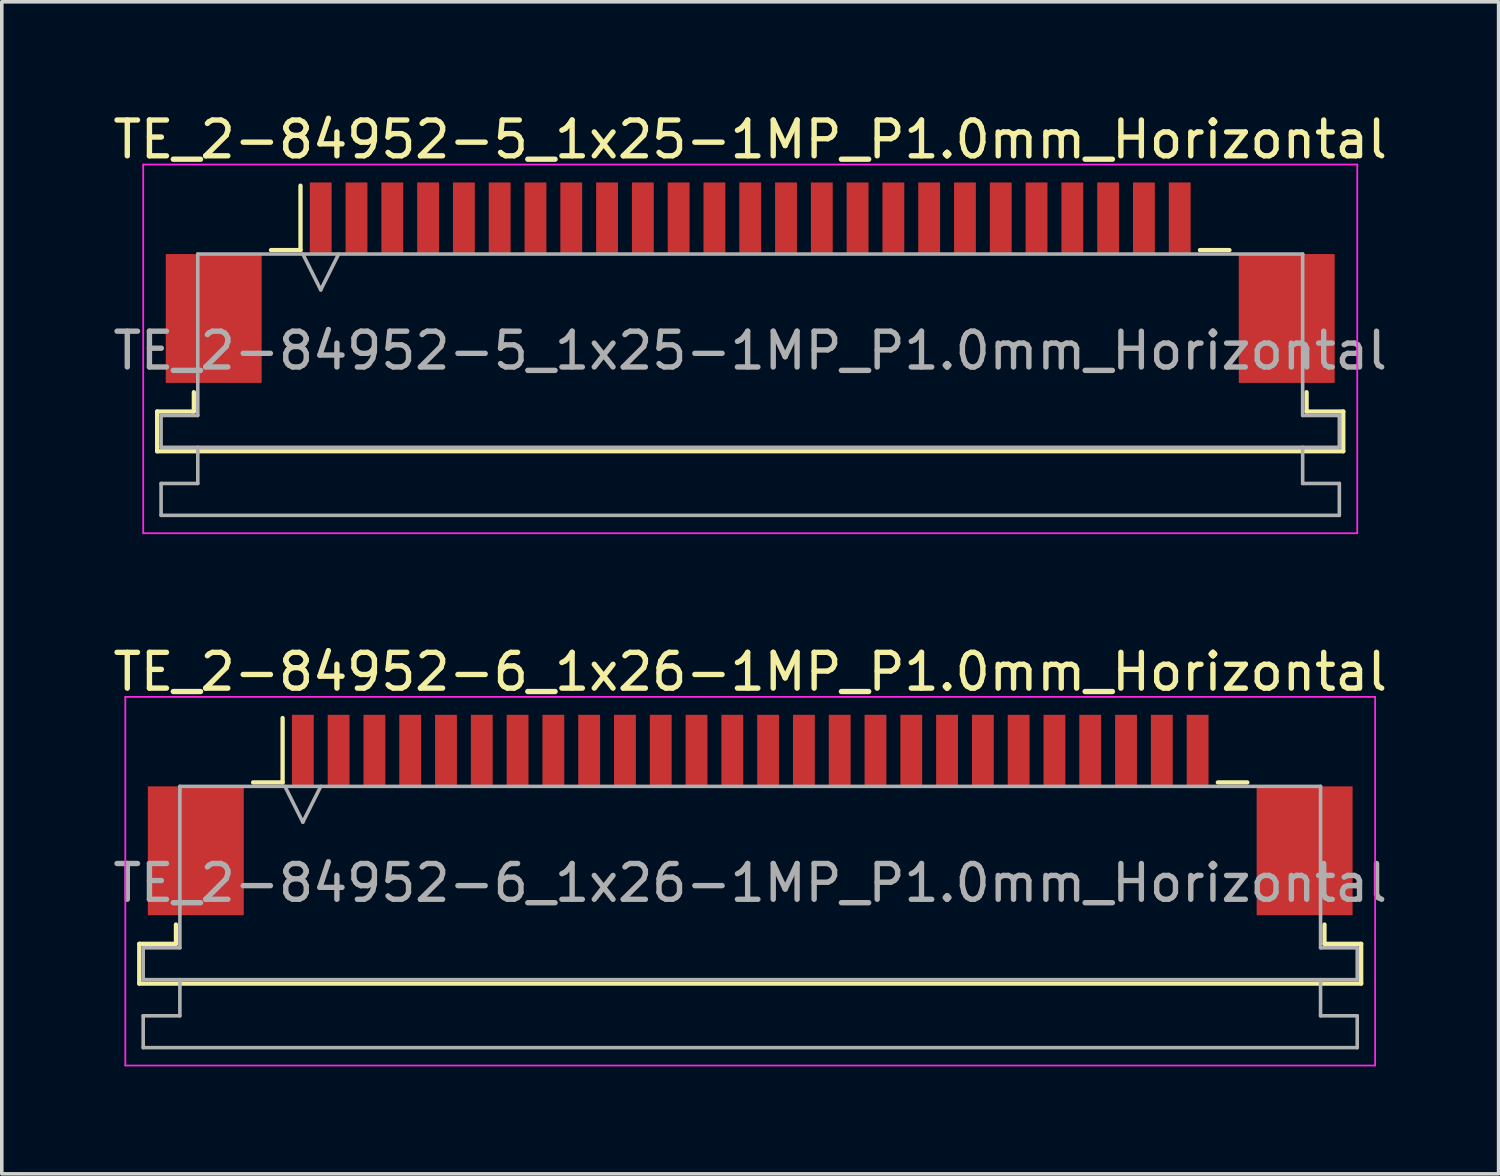
<source format=kicad_pcb>
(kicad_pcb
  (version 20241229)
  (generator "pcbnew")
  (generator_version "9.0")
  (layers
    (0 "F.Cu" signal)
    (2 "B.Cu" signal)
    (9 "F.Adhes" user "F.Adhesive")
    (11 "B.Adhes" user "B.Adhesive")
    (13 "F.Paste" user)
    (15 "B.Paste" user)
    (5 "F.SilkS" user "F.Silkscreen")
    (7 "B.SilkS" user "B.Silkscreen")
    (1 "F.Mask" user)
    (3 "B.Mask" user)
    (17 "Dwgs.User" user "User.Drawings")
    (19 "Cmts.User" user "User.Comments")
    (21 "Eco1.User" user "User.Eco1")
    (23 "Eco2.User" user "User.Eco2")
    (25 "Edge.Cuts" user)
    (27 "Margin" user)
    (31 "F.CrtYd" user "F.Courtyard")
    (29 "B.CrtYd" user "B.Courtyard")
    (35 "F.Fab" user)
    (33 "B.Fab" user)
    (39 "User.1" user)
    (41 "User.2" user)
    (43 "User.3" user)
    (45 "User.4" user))
  (footprint "TE_2-84952-5_1x25-1MP_P1.0mm_Horizontal"
    (layer "F.Cu")
    (at 17.911 4.848)
    (property "Reference" "TE_2-84952-5_1x25-1MP_P1.0mm_Horizontal" (at 0 -4 0) (layer "F.SilkS") (effects (font (size 1 1) (thickness 0.15))))
    (attr smd)
    (fp_line (start -16.57 3.6) (end -15.545 3.6) (stroke (width 0.12) (type solid)) (layer "F.SilkS"))
    (fp_line (start -16.57 4.71) (end -16.57 3.6) (stroke (width 0.12) (type solid)) (layer "F.SilkS"))
    (fp_line (start -15.545 3.6) (end -15.545 3.06) (stroke (width 0.12) (type solid)) (layer "F.SilkS"))
    (fp_line (start -13.39 -0.91) (end -12.565 -0.91) (stroke (width 0.12) (type solid)) (layer "F.SilkS"))
    (fp_line (start -12.565 -0.91) (end -12.565 -2.71) (stroke (width 0.12) (type solid)) (layer "F.SilkS"))
    (fp_line (start 12.565 -0.91) (end 13.39 -0.91) (stroke (width 0.12) (type solid)) (layer "F.SilkS"))
    (fp_line (start 15.545 3.06) (end 15.545 3.6) (stroke (width 0.12) (type solid)) (layer "F.SilkS"))
    (fp_line (start 15.545 3.6) (end 16.57 3.6) (stroke (width 0.12) (type solid)) (layer "F.SilkS"))
    (fp_line (start 16.57 3.6) (end 16.57 4.71) (stroke (width 0.12) (type solid)) (layer "F.SilkS"))
    (fp_line (start 16.57 4.71) (end -16.57 4.71) (stroke (width 0.12) (type solid)) (layer "F.SilkS"))
    (fp_line (start -16.96 -3.3) (end -16.96 7) (stroke (width 0.05) (type solid)) (layer "F.CrtYd"))
    (fp_line (start -16.96 7) (end 16.96 7) (stroke (width 0.05) (type solid)) (layer "F.CrtYd"))
    (fp_line (start 16.96 -3.3) (end -16.96 -3.3) (stroke (width 0.05) (type solid)) (layer "F.CrtYd"))
    (fp_line (start 16.96 7) (end 16.96 -3.3) (stroke (width 0.05) (type solid)) (layer "F.CrtYd"))
    (fp_line (start -16.46 3.71) (end -15.435 3.71) (stroke (width 0.1) (type solid)) (layer "F.Fab"))
    (fp_line (start -16.46 4.6) (end -16.46 3.71) (stroke (width 0.1) (type solid)) (layer "F.Fab"))
    (fp_line (start -16.46 5.61) (end -15.435 5.61) (stroke (width 0.1) (type solid)) (layer "F.Fab"))
    (fp_line (start -16.46 6.5) (end -16.46 5.61) (stroke (width 0.1) (type solid)) (layer "F.Fab"))
    (fp_line (start -15.435 -0.8) (end 15.435 -0.8) (stroke (width 0.1) (type solid)) (layer "F.Fab"))
    (fp_line (start -15.435 3.71) (end -15.435 -0.8) (stroke (width 0.1) (type solid)) (layer "F.Fab"))
    (fp_line (start -15.435 5.61) (end -15.435 4.6) (stroke (width 0.1) (type solid)) (layer "F.Fab"))
    (fp_line (start -12.5 -0.8) (end -12 0.2) (stroke (width 0.1) (type solid)) (layer "F.Fab"))
    (fp_line (start -12 0.2) (end -11.5 -0.8) (stroke (width 0.1) (type solid)) (layer "F.Fab"))
    (fp_line (start 15.435 -0.8) (end 15.435 3.71) (stroke (width 0.1) (type solid)) (layer "F.Fab"))
    (fp_line (start 15.435 3.71) (end 16.46 3.71) (stroke (width 0.1) (type solid)) (layer "F.Fab"))
    (fp_line (start 15.435 4.6) (end 15.435 5.61) (stroke (width 0.1) (type solid)) (layer "F.Fab"))
    (fp_line (start 15.435 5.61) (end 16.46 5.61) (stroke (width 0.1) (type solid)) (layer "F.Fab"))
    (fp_line (start 16.46 3.71) (end 16.46 4.6) (stroke (width 0.1) (type solid)) (layer "F.Fab"))
    (fp_line (start 16.46 4.6) (end -16.46 4.6) (stroke (width 0.1) (type solid)) (layer "F.Fab"))
    (fp_line (start 16.46 5.61) (end 16.46 6.5) (stroke (width 0.1) (type solid)) (layer "F.Fab"))
    (fp_line (start 16.46 6.5) (end -16.46 6.5) (stroke (width 0.1) (type solid)) (layer "F.Fab"))
    (fp_text user "${REFERENCE}" (at 0 1.9 0) (layer "F.Fab") (effects (font (size 1 1) (thickness 0.15))))
    (pad "1" smd rect (at -12 -1.8) (size 0.61 2) (layers "F.Cu" "F.Mask" "F.Paste"))
    (pad "2" smd rect (at -11 -1.8) (size 0.61 2) (layers "F.Cu" "F.Mask" "F.Paste"))
    (pad "3" smd rect (at -10 -1.8) (size 0.61 2) (layers "F.Cu" "F.Mask" "F.Paste"))
    (pad "4" smd rect (at -9 -1.8) (size 0.61 2) (layers "F.Cu" "F.Mask" "F.Paste"))
    (pad "5" smd rect (at -8 -1.8) (size 0.61 2) (layers "F.Cu" "F.Mask" "F.Paste"))
    (pad "6" smd rect (at -7 -1.8) (size 0.61 2) (layers "F.Cu" "F.Mask" "F.Paste"))
    (pad "7" smd rect (at -6 -1.8) (size 0.61 2) (layers "F.Cu" "F.Mask" "F.Paste"))
    (pad "8" smd rect (at -5 -1.8) (size 0.61 2) (layers "F.Cu" "F.Mask" "F.Paste"))
    (pad "9" smd rect (at -4 -1.8) (size 0.61 2) (layers "F.Cu" "F.Mask" "F.Paste"))
    (pad "10" smd rect (at -3 -1.8) (size 0.61 2) (layers "F.Cu" "F.Mask" "F.Paste"))
    (pad "11" smd rect (at -2 -1.8) (size 0.61 2) (layers "F.Cu" "F.Mask" "F.Paste"))
    (pad "12" smd rect (at -1 -1.8) (size 0.61 2) (layers "F.Cu" "F.Mask" "F.Paste"))
    (pad "13" smd rect (at 0 -1.8) (size 0.61 2) (layers "F.Cu" "F.Mask" "F.Paste"))
    (pad "14" smd rect (at 1 -1.8) (size 0.61 2) (layers "F.Cu" "F.Mask" "F.Paste"))
    (pad "15" smd rect (at 2 -1.8) (size 0.61 2) (layers "F.Cu" "F.Mask" "F.Paste"))
    (pad "16" smd rect (at 3 -1.8) (size 0.61 2) (layers "F.Cu" "F.Mask" "F.Paste"))
    (pad "17" smd rect (at 4 -1.8) (size 0.61 2) (layers "F.Cu" "F.Mask" "F.Paste"))
    (pad "18" smd rect (at 5 -1.8) (size 0.61 2) (layers "F.Cu" "F.Mask" "F.Paste"))
    (pad "19" smd rect (at 6 -1.8) (size 0.61 2) (layers "F.Cu" "F.Mask" "F.Paste"))
    (pad "20" smd rect (at 7 -1.8) (size 0.61 2) (layers "F.Cu" "F.Mask" "F.Paste"))
    (pad "21" smd rect (at 8 -1.8) (size 0.61 2) (layers "F.Cu" "F.Mask" "F.Paste"))
    (pad "22" smd rect (at 9 -1.8) (size 0.61 2) (layers "F.Cu" "F.Mask" "F.Paste"))
    (pad "23" smd rect (at 10 -1.8) (size 0.61 2) (layers "F.Cu" "F.Mask" "F.Paste"))
    (pad "24" smd rect (at 11 -1.8) (size 0.61 2) (layers "F.Cu" "F.Mask" "F.Paste"))
    (pad "25" smd rect (at 12 -1.8) (size 0.61 2) (layers "F.Cu" "F.Mask" "F.Paste"))
    (pad "MP" smd rect (at -14.99 1) (size 2.68 3.6) (layers "F.Cu" "F.Mask" "F.Paste"))
    (pad "MP" smd rect (at 14.99 1) (size 2.68 3.6) (layers "F.Cu" "F.Mask" "F.Paste")))
  (footprint "TE_2-84952-6_1x26-1MP_P1.0mm_Horizontal"
    (layer "F.Cu")
    (at 17.911 19.721)
    (property "Reference" "TE_2-84952-6_1x26-1MP_P1.0mm_Horizontal" (at 0 -4 0) (layer "F.SilkS") (effects (font (size 1 1) (thickness 0.15))))
    (attr smd)
    (fp_line (start -17.07 3.6) (end -16.045 3.6) (stroke (width 0.12) (type solid)) (layer "F.SilkS"))
    (fp_line (start -17.07 4.71) (end -17.07 3.6) (stroke (width 0.12) (type solid)) (layer "F.SilkS"))
    (fp_line (start -16.045 3.6) (end -16.045 3.06) (stroke (width 0.12) (type solid)) (layer "F.SilkS"))
    (fp_line (start -13.89 -0.91) (end -13.065 -0.91) (stroke (width 0.12) (type solid)) (layer "F.SilkS"))
    (fp_line (start -13.065 -0.91) (end -13.065 -2.71) (stroke (width 0.12) (type solid)) (layer "F.SilkS"))
    (fp_line (start 13.065 -0.91) (end 13.89 -0.91) (stroke (width 0.12) (type solid)) (layer "F.SilkS"))
    (fp_line (start 16.045 3.06) (end 16.045 3.6) (stroke (width 0.12) (type solid)) (layer "F.SilkS"))
    (fp_line (start 16.045 3.6) (end 17.07 3.6) (stroke (width 0.12) (type solid)) (layer "F.SilkS"))
    (fp_line (start 17.07 3.6) (end 17.07 4.71) (stroke (width 0.12) (type solid)) (layer "F.SilkS"))
    (fp_line (start 17.07 4.71) (end -17.07 4.71) (stroke (width 0.12) (type solid)) (layer "F.SilkS"))
    (fp_line (start -17.46 -3.3) (end -17.46 7) (stroke (width 0.05) (type solid)) (layer "F.CrtYd"))
    (fp_line (start -17.46 7) (end 17.46 7) (stroke (width 0.05) (type solid)) (layer "F.CrtYd"))
    (fp_line (start 17.46 -3.3) (end -17.46 -3.3) (stroke (width 0.05) (type solid)) (layer "F.CrtYd"))
    (fp_line (start 17.46 7) (end 17.46 -3.3) (stroke (width 0.05) (type solid)) (layer "F.CrtYd"))
    (fp_line (start -16.96 3.71) (end -15.935 3.71) (stroke (width 0.1) (type solid)) (layer "F.Fab"))
    (fp_line (start -16.96 4.6) (end -16.96 3.71) (stroke (width 0.1) (type solid)) (layer "F.Fab"))
    (fp_line (start -16.96 5.61) (end -15.935 5.61) (stroke (width 0.1) (type solid)) (layer "F.Fab"))
    (fp_line (start -16.96 6.5) (end -16.96 5.61) (stroke (width 0.1) (type solid)) (layer "F.Fab"))
    (fp_line (start -15.935 -0.8) (end 15.935 -0.8) (stroke (width 0.1) (type solid)) (layer "F.Fab"))
    (fp_line (start -15.935 3.71) (end -15.935 -0.8) (stroke (width 0.1) (type solid)) (layer "F.Fab"))
    (fp_line (start -15.935 5.61) (end -15.935 4.6) (stroke (width 0.1) (type solid)) (layer "F.Fab"))
    (fp_line (start -13 -0.8) (end -12.5 0.2) (stroke (width 0.1) (type solid)) (layer "F.Fab"))
    (fp_line (start -12.5 0.2) (end -12 -0.8) (stroke (width 0.1) (type solid)) (layer "F.Fab"))
    (fp_line (start 15.935 -0.8) (end 15.935 3.71) (stroke (width 0.1) (type solid)) (layer "F.Fab"))
    (fp_line (start 15.935 3.71) (end 16.96 3.71) (stroke (width 0.1) (type solid)) (layer "F.Fab"))
    (fp_line (start 15.935 4.6) (end 15.935 5.61) (stroke (width 0.1) (type solid)) (layer "F.Fab"))
    (fp_line (start 15.935 5.61) (end 16.96 5.61) (stroke (width 0.1) (type solid)) (layer "F.Fab"))
    (fp_line (start 16.96 3.71) (end 16.96 4.6) (stroke (width 0.1) (type solid)) (layer "F.Fab"))
    (fp_line (start 16.96 4.6) (end -16.96 4.6) (stroke (width 0.1) (type solid)) (layer "F.Fab"))
    (fp_line (start 16.96 5.61) (end 16.96 6.5) (stroke (width 0.1) (type solid)) (layer "F.Fab"))
    (fp_line (start 16.96 6.5) (end -16.96 6.5) (stroke (width 0.1) (type solid)) (layer "F.Fab"))
    (fp_text user "${REFERENCE}" (at 0 1.9 0) (layer "F.Fab") (effects (font (size 1 1) (thickness 0.15))))
    (pad "1" smd rect (at -12.5 -1.8) (size 0.61 2) (layers "F.Cu" "F.Mask" "F.Paste"))
    (pad "2" smd rect (at -11.5 -1.8) (size 0.61 2) (layers "F.Cu" "F.Mask" "F.Paste"))
    (pad "3" smd rect (at -10.5 -1.8) (size 0.61 2) (layers "F.Cu" "F.Mask" "F.Paste"))
    (pad "4" smd rect (at -9.5 -1.8) (size 0.61 2) (layers "F.Cu" "F.Mask" "F.Paste"))
    (pad "5" smd rect (at -8.5 -1.8) (size 0.61 2) (layers "F.Cu" "F.Mask" "F.Paste"))
    (pad "6" smd rect (at -7.5 -1.8) (size 0.61 2) (layers "F.Cu" "F.Mask" "F.Paste"))
    (pad "7" smd rect (at -6.5 -1.8) (size 0.61 2) (layers "F.Cu" "F.Mask" "F.Paste"))
    (pad "8" smd rect (at -5.5 -1.8) (size 0.61 2) (layers "F.Cu" "F.Mask" "F.Paste"))
    (pad "9" smd rect (at -4.5 -1.8) (size 0.61 2) (layers "F.Cu" "F.Mask" "F.Paste"))
    (pad "10" smd rect (at -3.5 -1.8) (size 0.61 2) (layers "F.Cu" "F.Mask" "F.Paste"))
    (pad "11" smd rect (at -2.5 -1.8) (size 0.61 2) (layers "F.Cu" "F.Mask" "F.Paste"))
    (pad "12" smd rect (at -1.5 -1.8) (size 0.61 2) (layers "F.Cu" "F.Mask" "F.Paste"))
    (pad "13" smd rect (at -0.5 -1.8) (size 0.61 2) (layers "F.Cu" "F.Mask" "F.Paste"))
    (pad "14" smd rect (at 0.5 -1.8) (size 0.61 2) (layers "F.Cu" "F.Mask" "F.Paste"))
    (pad "15" smd rect (at 1.5 -1.8) (size 0.61 2) (layers "F.Cu" "F.Mask" "F.Paste"))
    (pad "16" smd rect (at 2.5 -1.8) (size 0.61 2) (layers "F.Cu" "F.Mask" "F.Paste"))
    (pad "17" smd rect (at 3.5 -1.8) (size 0.61 2) (layers "F.Cu" "F.Mask" "F.Paste"))
    (pad "18" smd rect (at 4.5 -1.8) (size 0.61 2) (layers "F.Cu" "F.Mask" "F.Paste"))
    (pad "19" smd rect (at 5.5 -1.8) (size 0.61 2) (layers "F.Cu" "F.Mask" "F.Paste"))
    (pad "20" smd rect (at 6.5 -1.8) (size 0.61 2) (layers "F.Cu" "F.Mask" "F.Paste"))
    (pad "21" smd rect (at 7.5 -1.8) (size 0.61 2) (layers "F.Cu" "F.Mask" "F.Paste"))
    (pad "22" smd rect (at 8.5 -1.8) (size 0.61 2) (layers "F.Cu" "F.Mask" "F.Paste"))
    (pad "23" smd rect (at 9.5 -1.8) (size 0.61 2) (layers "F.Cu" "F.Mask" "F.Paste"))
    (pad "24" smd rect (at 10.5 -1.8) (size 0.61 2) (layers "F.Cu" "F.Mask" "F.Paste"))
    (pad "25" smd rect (at 11.5 -1.8) (size 0.61 2) (layers "F.Cu" "F.Mask" "F.Paste"))
    (pad "26" smd rect (at 12.5 -1.8) (size 0.61 2) (layers "F.Cu" "F.Mask" "F.Paste"))
    (pad "MP" smd rect (at -15.49 1) (size 2.68 3.6) (layers "F.Cu" "F.Mask" "F.Paste"))
    (pad "MP" smd rect (at 15.49 1) (size 2.68 3.6) (layers "F.Cu" "F.Mask" "F.Paste")))
  (gr_rect
    (start -3 -3)
    (end 38.821 29.747)
    (stroke (width 0.1) (type default))
    (fill no)
    (layer "Edge.Cuts")))
</source>
